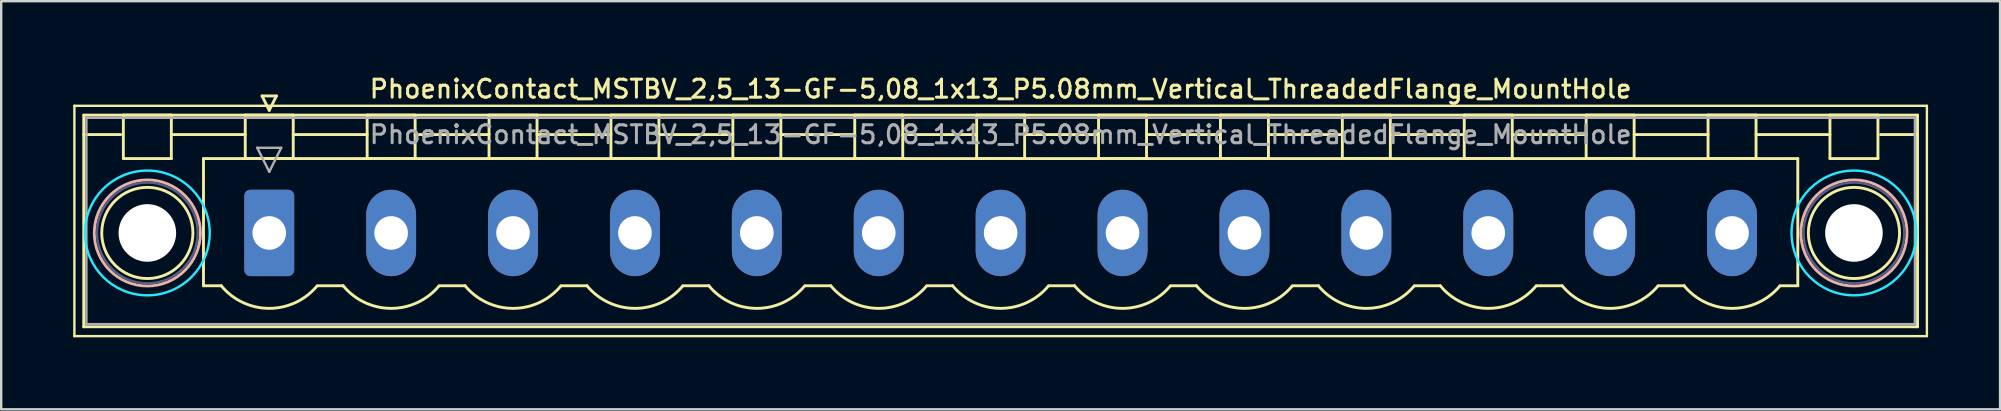
<source format=kicad_pcb>
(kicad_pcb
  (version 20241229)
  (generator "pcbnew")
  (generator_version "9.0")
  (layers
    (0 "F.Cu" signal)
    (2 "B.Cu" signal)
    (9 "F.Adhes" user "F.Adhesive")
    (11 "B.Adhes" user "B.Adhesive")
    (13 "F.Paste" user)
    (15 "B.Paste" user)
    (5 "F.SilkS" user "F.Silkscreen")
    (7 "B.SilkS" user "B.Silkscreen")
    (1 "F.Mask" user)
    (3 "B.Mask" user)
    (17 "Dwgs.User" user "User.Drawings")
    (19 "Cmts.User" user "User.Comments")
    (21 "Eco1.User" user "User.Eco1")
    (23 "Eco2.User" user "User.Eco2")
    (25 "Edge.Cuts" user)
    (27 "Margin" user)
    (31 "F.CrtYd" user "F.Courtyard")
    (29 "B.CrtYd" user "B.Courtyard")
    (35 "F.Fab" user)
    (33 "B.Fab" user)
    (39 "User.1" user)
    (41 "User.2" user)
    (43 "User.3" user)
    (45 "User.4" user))
  (footprint "PhoenixContact_MSTBV_2,5_13-GF-5,08_1x13_P5.08mm_Vertical_ThreadedFlange_MountHole"
    (layer "F.Cu")
    (at 8.17 6.658)
    (property "Reference" "PhoenixContact_MSTBV_2,5_13-GF-5,08_1x13_P5.08mm_Vertical_ThreadedFlange_MountHole" (at 30.48 -6 0) (layer "F.SilkS") (effects (font (size 0.75 0.75) (thickness 0.125))))
    (attr through_hole)
    (fp_line (start -8.12 -5.3) (end -8.12 4.3) (stroke (width 0.1) (type solid)) (layer "F.SilkS"))
    (fp_line (start -8.12 4.3) (end 69.08 4.3) (stroke (width 0.1) (type solid)) (layer "F.SilkS"))
    (fp_line (start -7.73 -4.91) (end -7.73 3.91) (stroke (width 0.12) (type solid)) (layer "F.SilkS"))
    (fp_line (start -7.73 -4.1) (end -6.19 -4.1) (stroke (width 0.12) (type solid)) (layer "F.SilkS"))
    (fp_line (start -7.73 3.91) (end 68.69 3.91) (stroke (width 0.12) (type solid)) (layer "F.SilkS"))
    (fp_line (start -6.08 -4.91) (end -4.08 -4.91) (stroke (width 0.12) (type solid)) (layer "F.SilkS"))
    (fp_line (start -6.08 -3.1) (end -6.08 -4.91) (stroke (width 0.12) (type solid)) (layer "F.SilkS"))
    (fp_line (start -4.08 -4.91) (end -4.08 -3.1) (stroke (width 0.12) (type solid)) (layer "F.SilkS"))
    (fp_line (start -4.08 -4.1) (end -1 -4.1) (stroke (width 0.12) (type solid)) (layer "F.SilkS"))
    (fp_line (start -4.08 -3.1) (end -6.08 -3.1) (stroke (width 0.12) (type solid)) (layer "F.SilkS"))
    (fp_line (start -2.74 -3.1) (end 63.7 -3.1) (stroke (width 0.12) (type solid)) (layer "F.SilkS"))
    (fp_line (start -2.74 2.2) (end -2.74 -3.1) (stroke (width 0.12) (type solid)) (layer "F.SilkS"))
    (fp_line (start -2 2.2) (end -2.74 2.2) (stroke (width 0.12) (type solid)) (layer "F.SilkS"))
    (fp_line (start -1 -4.91) (end 1 -4.91) (stroke (width 0.12) (type solid)) (layer "F.SilkS"))
    (fp_line (start -1 -3.1) (end -1 -4.91) (stroke (width 0.12) (type solid)) (layer "F.SilkS"))
    (fp_line (start -0.3 -5.71) (end 0.3 -5.71) (stroke (width 0.12) (type solid)) (layer "F.SilkS"))
    (fp_line (start 0 -5.11) (end -0.3 -5.71) (stroke (width 0.12) (type solid)) (layer "F.SilkS"))
    (fp_line (start 0.3 -5.71) (end 0 -5.11) (stroke (width 0.12) (type solid)) (layer "F.SilkS"))
    (fp_line (start 1 -4.91) (end 1 -3.1) (stroke (width 0.12) (type solid)) (layer "F.SilkS"))
    (fp_line (start 1 -4.1) (end 4.08 -4.1) (stroke (width 0.12) (type solid)) (layer "F.SilkS"))
    (fp_line (start 1 -3.1) (end -1 -3.1) (stroke (width 0.12) (type solid)) (layer "F.SilkS"))
    (fp_line (start 2 2.2) (end 3.08 2.2) (stroke (width 0.12) (type solid)) (layer "F.SilkS"))
    (fp_line (start 4.08 -4.91) (end 6.08 -4.91) (stroke (width 0.12) (type solid)) (layer "F.SilkS"))
    (fp_line (start 4.08 -3.1) (end 4.08 -4.91) (stroke (width 0.12) (type solid)) (layer "F.SilkS"))
    (fp_line (start 6.08 -4.91) (end 6.08 -3.1) (stroke (width 0.12) (type solid)) (layer "F.SilkS"))
    (fp_line (start 6.08 -4.1) (end 9.16 -4.1) (stroke (width 0.12) (type solid)) (layer "F.SilkS"))
    (fp_line (start 6.08 -3.1) (end 4.08 -3.1) (stroke (width 0.12) (type solid)) (layer "F.SilkS"))
    (fp_line (start 7.08 2.2) (end 8.16 2.2) (stroke (width 0.12) (type solid)) (layer "F.SilkS"))
    (fp_line (start 9.16 -4.91) (end 11.16 -4.91) (stroke (width 0.12) (type solid)) (layer "F.SilkS"))
    (fp_line (start 9.16 -3.1) (end 9.16 -4.91) (stroke (width 0.12) (type solid)) (layer "F.SilkS"))
    (fp_line (start 11.16 -4.91) (end 11.16 -3.1) (stroke (width 0.12) (type solid)) (layer "F.SilkS"))
    (fp_line (start 11.16 -4.1) (end 14.24 -4.1) (stroke (width 0.12) (type solid)) (layer "F.SilkS"))
    (fp_line (start 11.16 -3.1) (end 9.16 -3.1) (stroke (width 0.12) (type solid)) (layer "F.SilkS"))
    (fp_line (start 12.16 2.2) (end 13.24 2.2) (stroke (width 0.12) (type solid)) (layer "F.SilkS"))
    (fp_line (start 14.24 -4.91) (end 16.24 -4.91) (stroke (width 0.12) (type solid)) (layer "F.SilkS"))
    (fp_line (start 14.24 -3.1) (end 14.24 -4.91) (stroke (width 0.12) (type solid)) (layer "F.SilkS"))
    (fp_line (start 16.24 -4.91) (end 16.24 -3.1) (stroke (width 0.12) (type solid)) (layer "F.SilkS"))
    (fp_line (start 16.24 -4.1) (end 19.32 -4.1) (stroke (width 0.12) (type solid)) (layer "F.SilkS"))
    (fp_line (start 16.24 -3.1) (end 14.24 -3.1) (stroke (width 0.12) (type solid)) (layer "F.SilkS"))
    (fp_line (start 17.24 2.2) (end 18.32 2.2) (stroke (width 0.12) (type solid)) (layer "F.SilkS"))
    (fp_line (start 19.32 -4.91) (end 21.32 -4.91) (stroke (width 0.12) (type solid)) (layer "F.SilkS"))
    (fp_line (start 19.32 -3.1) (end 19.32 -4.91) (stroke (width 0.12) (type solid)) (layer "F.SilkS"))
    (fp_line (start 21.32 -4.91) (end 21.32 -3.1) (stroke (width 0.12) (type solid)) (layer "F.SilkS"))
    (fp_line (start 21.32 -4.1) (end 24.4 -4.1) (stroke (width 0.12) (type solid)) (layer "F.SilkS"))
    (fp_line (start 21.32 -3.1) (end 19.32 -3.1) (stroke (width 0.12) (type solid)) (layer "F.SilkS"))
    (fp_line (start 22.32 2.2) (end 23.4 2.2) (stroke (width 0.12) (type solid)) (layer "F.SilkS"))
    (fp_line (start 24.4 -4.91) (end 26.4 -4.91) (stroke (width 0.12) (type solid)) (layer "F.SilkS"))
    (fp_line (start 24.4 -3.1) (end 24.4 -4.91) (stroke (width 0.12) (type solid)) (layer "F.SilkS"))
    (fp_line (start 26.4 -4.91) (end 26.4 -3.1) (stroke (width 0.12) (type solid)) (layer "F.SilkS"))
    (fp_line (start 26.4 -4.1) (end 29.48 -4.1) (stroke (width 0.12) (type solid)) (layer "F.SilkS"))
    (fp_line (start 26.4 -3.1) (end 24.4 -3.1) (stroke (width 0.12) (type solid)) (layer "F.SilkS"))
    (fp_line (start 27.4 2.2) (end 28.48 2.2) (stroke (width 0.12) (type solid)) (layer "F.SilkS"))
    (fp_line (start 29.48 -4.91) (end 31.48 -4.91) (stroke (width 0.12) (type solid)) (layer "F.SilkS"))
    (fp_line (start 29.48 -3.1) (end 29.48 -4.91) (stroke (width 0.12) (type solid)) (layer "F.SilkS"))
    (fp_line (start 31.48 -4.91) (end 31.48 -3.1) (stroke (width 0.12) (type solid)) (layer "F.SilkS"))
    (fp_line (start 31.48 -4.1) (end 34.56 -4.1) (stroke (width 0.12) (type solid)) (layer "F.SilkS"))
    (fp_line (start 31.48 -3.1) (end 29.48 -3.1) (stroke (width 0.12) (type solid)) (layer "F.SilkS"))
    (fp_line (start 32.48 2.2) (end 33.56 2.2) (stroke (width 0.12) (type solid)) (layer "F.SilkS"))
    (fp_line (start 34.56 -4.91) (end 36.56 -4.91) (stroke (width 0.12) (type solid)) (layer "F.SilkS"))
    (fp_line (start 34.56 -3.1) (end 34.56 -4.91) (stroke (width 0.12) (type solid)) (layer "F.SilkS"))
    (fp_line (start 36.56 -4.91) (end 36.56 -3.1) (stroke (width 0.12) (type solid)) (layer "F.SilkS"))
    (fp_line (start 36.56 -4.1) (end 39.64 -4.1) (stroke (width 0.12) (type solid)) (layer "F.SilkS"))
    (fp_line (start 36.56 -3.1) (end 34.56 -3.1) (stroke (width 0.12) (type solid)) (layer "F.SilkS"))
    (fp_line (start 37.56 2.2) (end 38.64 2.2) (stroke (width 0.12) (type solid)) (layer "F.SilkS"))
    (fp_line (start 39.64 -4.91) (end 41.64 -4.91) (stroke (width 0.12) (type solid)) (layer "F.SilkS"))
    (fp_line (start 39.64 -3.1) (end 39.64 -4.91) (stroke (width 0.12) (type solid)) (layer "F.SilkS"))
    (fp_line (start 41.64 -4.91) (end 41.64 -3.1) (stroke (width 0.12) (type solid)) (layer "F.SilkS"))
    (fp_line (start 41.64 -4.1) (end 44.72 -4.1) (stroke (width 0.12) (type solid)) (layer "F.SilkS"))
    (fp_line (start 41.64 -3.1) (end 39.64 -3.1) (stroke (width 0.12) (type solid)) (layer "F.SilkS"))
    (fp_line (start 42.64 2.2) (end 43.72 2.2) (stroke (width 0.12) (type solid)) (layer "F.SilkS"))
    (fp_line (start 44.72 -4.91) (end 46.72 -4.91) (stroke (width 0.12) (type solid)) (layer "F.SilkS"))
    (fp_line (start 44.72 -3.1) (end 44.72 -4.91) (stroke (width 0.12) (type solid)) (layer "F.SilkS"))
    (fp_line (start 46.72 -4.91) (end 46.72 -3.1) (stroke (width 0.12) (type solid)) (layer "F.SilkS"))
    (fp_line (start 46.72 -4.1) (end 49.8 -4.1) (stroke (width 0.12) (type solid)) (layer "F.SilkS"))
    (fp_line (start 46.72 -3.1) (end 44.72 -3.1) (stroke (width 0.12) (type solid)) (layer "F.SilkS"))
    (fp_line (start 47.72 2.2) (end 48.8 2.2) (stroke (width 0.12) (type solid)) (layer "F.SilkS"))
    (fp_line (start 49.8 -4.91) (end 51.8 -4.91) (stroke (width 0.12) (type solid)) (layer "F.SilkS"))
    (fp_line (start 49.8 -3.1) (end 49.8 -4.91) (stroke (width 0.12) (type solid)) (layer "F.SilkS"))
    (fp_line (start 51.8 -4.91) (end 51.8 -3.1) (stroke (width 0.12) (type solid)) (layer "F.SilkS"))
    (fp_line (start 51.8 -4.1) (end 54.88 -4.1) (stroke (width 0.12) (type solid)) (layer "F.SilkS"))
    (fp_line (start 51.8 -3.1) (end 49.8 -3.1) (stroke (width 0.12) (type solid)) (layer "F.SilkS"))
    (fp_line (start 52.8 2.2) (end 53.88 2.2) (stroke (width 0.12) (type solid)) (layer "F.SilkS"))
    (fp_line (start 54.88 -4.91) (end 56.88 -4.91) (stroke (width 0.12) (type solid)) (layer "F.SilkS"))
    (fp_line (start 54.88 -3.1) (end 54.88 -4.91) (stroke (width 0.12) (type solid)) (layer "F.SilkS"))
    (fp_line (start 56.88 -4.91) (end 56.88 -3.1) (stroke (width 0.12) (type solid)) (layer "F.SilkS"))
    (fp_line (start 56.88 -4.1) (end 59.96 -4.1) (stroke (width 0.12) (type solid)) (layer "F.SilkS"))
    (fp_line (start 56.88 -3.1) (end 54.88 -3.1) (stroke (width 0.12) (type solid)) (layer "F.SilkS"))
    (fp_line (start 57.88 2.2) (end 58.96 2.2) (stroke (width 0.12) (type solid)) (layer "F.SilkS"))
    (fp_line (start 59.96 -4.91) (end 61.96 -4.91) (stroke (width 0.12) (type solid)) (layer "F.SilkS"))
    (fp_line (start 59.96 -3.1) (end 59.96 -4.91) (stroke (width 0.12) (type solid)) (layer "F.SilkS"))
    (fp_line (start 61.96 -4.91) (end 61.96 -3.1) (stroke (width 0.12) (type solid)) (layer "F.SilkS"))
    (fp_line (start 61.96 -4.1) (end 65.04 -4.1) (stroke (width 0.12) (type solid)) (layer "F.SilkS"))
    (fp_line (start 61.96 -3.1) (end 59.96 -3.1) (stroke (width 0.12) (type solid)) (layer "F.SilkS"))
    (fp_line (start 63.7 -3.1) (end 63.7 2.2) (stroke (width 0.12) (type solid)) (layer "F.SilkS"))
    (fp_line (start 63.7 2.2) (end 62.96 2.2) (stroke (width 0.12) (type solid)) (layer "F.SilkS"))
    (fp_line (start 65.04 -4.91) (end 67.04 -4.91) (stroke (width 0.12) (type solid)) (layer "F.SilkS"))
    (fp_line (start 65.04 -3.1) (end 65.04 -4.91) (stroke (width 0.12) (type solid)) (layer "F.SilkS"))
    (fp_line (start 67.04 -4.91) (end 67.04 -3.1) (stroke (width 0.12) (type solid)) (layer "F.SilkS"))
    (fp_line (start 67.04 -3.1) (end 65.04 -3.1) (stroke (width 0.12) (type solid)) (layer "F.SilkS"))
    (fp_line (start 68.69 -4.91) (end -7.73 -4.91) (stroke (width 0.12) (type solid)) (layer "F.SilkS"))
    (fp_line (start 68.69 -4.1) (end 67.15 -4.1) (stroke (width 0.12) (type solid)) (layer "F.SilkS"))
    (fp_line (start 68.69 3.91) (end 68.69 -4.91) (stroke (width 0.12) (type solid)) (layer "F.SilkS"))
    (fp_line (start 69.08 -5.3) (end -8.12 -5.3) (stroke (width 0.1) (type solid)) (layer "F.SilkS"))
    (fp_line (start 69.08 4.3) (end 69.08 -5.3) (stroke (width 0.1) (type solid)) (layer "F.SilkS"))
    (fp_arc (start 1.986842 2.215821) (mid -0.010289 3.142758) (end -2 2.2) (stroke (width 0.12) (type solid)) (layer "F.SilkS"))
    (fp_arc (start 7.066842 2.215821) (mid 5.069711 3.142758) (end 3.08 2.2) (stroke (width 0.12) (type solid)) (layer "F.SilkS"))
    (fp_arc (start 12.146842 2.215821) (mid 10.149711 3.142758) (end 8.16 2.2) (stroke (width 0.12) (type solid)) (layer "F.SilkS"))
    (fp_arc (start 17.226842 2.215821) (mid 15.229711 3.142758) (end 13.24 2.2) (stroke (width 0.12) (type solid)) (layer "F.SilkS"))
    (fp_arc (start 22.306842 2.215821) (mid 20.309711 3.142758) (end 18.32 2.2) (stroke (width 0.12) (type solid)) (layer "F.SilkS"))
    (fp_arc (start 27.386842 2.215821) (mid 25.389711 3.142758) (end 23.4 2.2) (stroke (width 0.12) (type solid)) (layer "F.SilkS"))
    (fp_arc (start 32.466842 2.215821) (mid 30.469711 3.142758) (end 28.48 2.2) (stroke (width 0.12) (type solid)) (layer "F.SilkS"))
    (fp_arc (start 37.546842 2.215821) (mid 35.549711 3.142758) (end 33.56 2.2) (stroke (width 0.12) (type solid)) (layer "F.SilkS"))
    (fp_arc (start 42.626842 2.215821) (mid 40.629711 3.142758) (end 38.64 2.2) (stroke (width 0.12) (type solid)) (layer "F.SilkS"))
    (fp_arc (start 47.706842 2.215821) (mid 45.709711 3.142758) (end 43.72 2.2) (stroke (width 0.12) (type solid)) (layer "F.SilkS"))
    (fp_arc (start 52.786842 2.215821) (mid 50.789711 3.142758) (end 48.8 2.2) (stroke (width 0.12) (type solid)) (layer "F.SilkS"))
    (fp_arc (start 57.866842 2.215821) (mid 55.869711 3.142758) (end 53.88 2.2) (stroke (width 0.12) (type solid)) (layer "F.SilkS"))
    (fp_arc (start 62.946842 2.215821) (mid 60.949711 3.142758) (end 58.96 2.2) (stroke (width 0.12) (type solid)) (layer "F.SilkS"))
    (fp_circle (center -5.08 0) (end -3.18 0) (stroke (width 0.12) (type solid)) (fill no) (layer "F.SilkS"))
    (fp_circle (center 66.04 0) (end 67.94 0) (stroke (width 0.12) (type solid)) (fill no) (layer "F.SilkS"))
    (fp_circle (center -5.08 0) (end -2.87 0) (stroke (width 0.12) (type solid)) (fill no) (layer "B.SilkS"))
    (fp_circle (center 66.04 0) (end 68.25 0) (stroke (width 0.12) (type solid)) (fill no) (layer "B.SilkS"))
    (fp_circle (center -5.08 0) (end -2.48 0) (stroke (width 0.1) (type solid)) (fill no) (layer "B.CrtYd"))
    (fp_circle (center 66.04 0) (end 68.64 0) (stroke (width 0.1) (type solid)) (fill no) (layer "B.CrtYd"))
    (fp_circle (center -5.08 0) (end -2.98 0) (stroke (width 0.1) (type solid)) (fill no) (layer "B.Fab"))
    (fp_circle (center 66.04 0) (end 68.14 0) (stroke (width 0.1) (type solid)) (fill no) (layer "B.Fab"))
    (fp_line (start -7.62 -4.8) (end -7.62 3.8) (stroke (width 0.1) (type solid)) (layer "F.Fab"))
    (fp_line (start -7.62 3.8) (end 68.58 3.8) (stroke (width 0.1) (type solid)) (layer "F.Fab"))
    (fp_line (start -0.5 -3.55) (end 0.5 -3.55) (stroke (width 0.1) (type solid)) (layer "F.Fab"))
    (fp_line (start 0 -2.55) (end -0.5 -3.55) (stroke (width 0.1) (type solid)) (layer "F.Fab"))
    (fp_line (start 0.5 -3.55) (end 0 -2.55) (stroke (width 0.1) (type solid)) (layer "F.Fab"))
    (fp_line (start 68.58 -4.8) (end -7.62 -4.8) (stroke (width 0.1) (type solid)) (layer "F.Fab"))
    (fp_line (start 68.58 3.8) (end 68.58 -4.8) (stroke (width 0.1) (type solid)) (layer "F.Fab"))
    (fp_text user "${REFERENCE}" (at 30.48 -4.1 0) (layer "F.Fab") (effects (font (size 0.75 0.75) (thickness 0.125))))
    (pad "" np_thru_hole circle (at -5.08 0) (size 2.4 2.4) (drill 2.4) (layers "*.Cu" "*.Mask"))
    (pad "" np_thru_hole circle (at 66.04 0) (size 2.4 2.4) (drill 2.4) (layers "*.Cu" "*.Mask"))
    (pad "1" thru_hole roundrect (at 0 0) (size 2.08 3.6) (drill 1.4) (layers "*.Cu" "*.Mask") (roundrect_rratio 0.12))
    (pad "2" thru_hole oval (at 5.08 0) (size 2.08 3.6) (drill 1.4) (layers "*.Cu" "*.Mask"))
    (pad "3" thru_hole oval (at 10.16 0) (size 2.08 3.6) (drill 1.4) (layers "*.Cu" "*.Mask"))
    (pad "4" thru_hole oval (at 15.24 0) (size 2.08 3.6) (drill 1.4) (layers "*.Cu" "*.Mask"))
    (pad "5" thru_hole oval (at 20.32 0) (size 2.08 3.6) (drill 1.4) (layers "*.Cu" "*.Mask"))
    (pad "6" thru_hole oval (at 25.4 0) (size 2.08 3.6) (drill 1.4) (layers "*.Cu" "*.Mask"))
    (pad "7" thru_hole oval (at 30.48 0) (size 2.08 3.6) (drill 1.4) (layers "*.Cu" "*.Mask"))
    (pad "8" thru_hole oval (at 35.56 0) (size 2.08 3.6) (drill 1.4) (layers "*.Cu" "*.Mask"))
    (pad "9" thru_hole oval (at 40.64 0) (size 2.08 3.6) (drill 1.4) (layers "*.Cu" "*.Mask"))
    (pad "10" thru_hole oval (at 45.72 0) (size 2.08 3.6) (drill 1.4) (layers "*.Cu" "*.Mask"))
    (pad "11" thru_hole oval (at 50.8 0) (size 2.08 3.6) (drill 1.4) (layers "*.Cu" "*.Mask"))
    (pad "12" thru_hole oval (at 55.88 0) (size 2.08 3.6) (drill 1.4) (layers "*.Cu" "*.Mask"))
    (pad "13" thru_hole oval (at 60.96 0) (size 2.08 3.6) (drill 1.4) (layers "*.Cu" "*.Mask")))
  (gr_rect
    (start -3 -3)
    (end 80.3 14.008)
    (stroke (width 0.1) (type default))
    (fill no)
    (layer "Edge.Cuts")))
</source>
